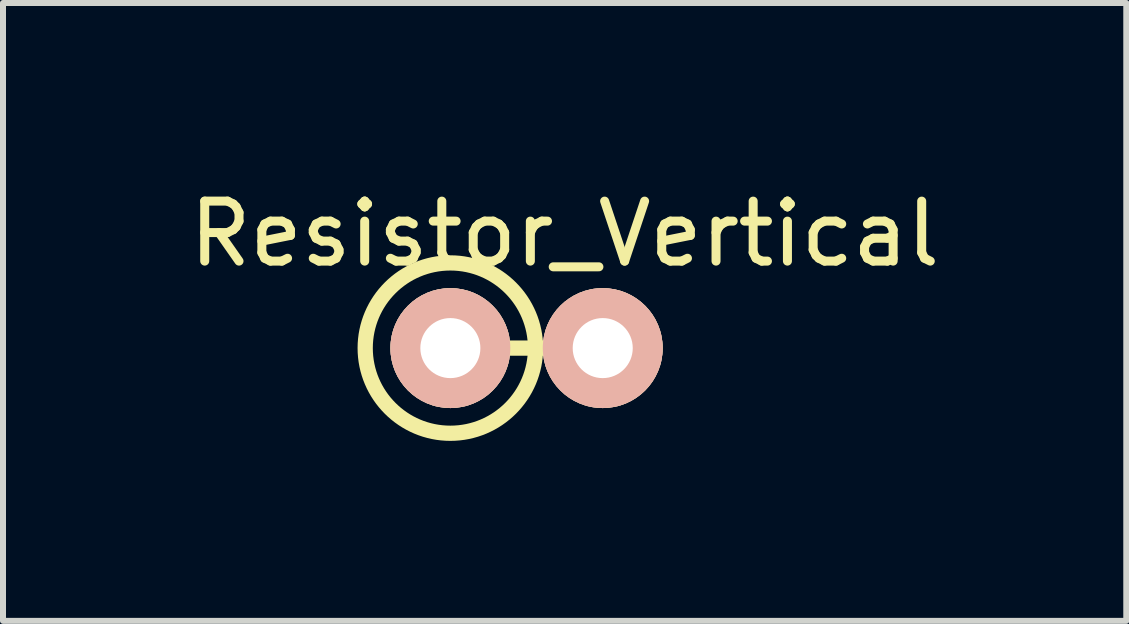
<source format=kicad_pcb>
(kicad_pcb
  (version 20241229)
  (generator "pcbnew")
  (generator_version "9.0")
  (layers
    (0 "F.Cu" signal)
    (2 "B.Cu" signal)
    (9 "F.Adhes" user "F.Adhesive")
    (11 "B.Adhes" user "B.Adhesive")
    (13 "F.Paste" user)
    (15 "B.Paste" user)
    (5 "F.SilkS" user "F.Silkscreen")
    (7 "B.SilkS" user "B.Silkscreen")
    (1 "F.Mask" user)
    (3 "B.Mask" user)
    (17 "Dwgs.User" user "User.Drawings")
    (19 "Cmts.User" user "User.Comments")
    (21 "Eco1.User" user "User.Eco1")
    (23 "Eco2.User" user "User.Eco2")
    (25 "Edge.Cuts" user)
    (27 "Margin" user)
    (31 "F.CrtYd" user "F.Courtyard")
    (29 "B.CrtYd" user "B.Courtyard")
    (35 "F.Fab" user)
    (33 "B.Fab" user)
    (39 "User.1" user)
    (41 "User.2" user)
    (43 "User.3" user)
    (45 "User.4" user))
  (footprint "Resistor_Vertical"
    (layer "F.Cu")
    (at 5.728 2.753)
    (property "Reference" "Resistor_Vertical" (at 0.635 -1.905 0) (layer "F.SilkS") (effects (font (size 1 1) (thickness 0.15))))
    (attr through_hole)
    (fp_line (start -0.635 0) (end 0.635 0) (stroke (width 0.254) (type solid)) (layer "F.SilkS"))
    (fp_circle (center -1.27 0) (end -1.905 -1.27) (stroke (width 0.254) (type solid)) (fill no) (layer "F.SilkS"))
    (pad "1" thru_hole circle (at -1.27 0) (size 1.999 1.999) (drill 1.001) (layers "*.Cu" "*.SilkS" "*.Mask"))
    (pad "2" thru_hole circle (at 1.27 0) (size 1.999 1.999) (drill 1.001) (layers "*.Cu" "*.SilkS" "*.Mask")))
  (gr_rect
    (start -3 -3)
    (end 15.726 7.3)
    (stroke (width 0.1) (type default))
    (fill no)
    (layer "Edge.Cuts")))
</source>
